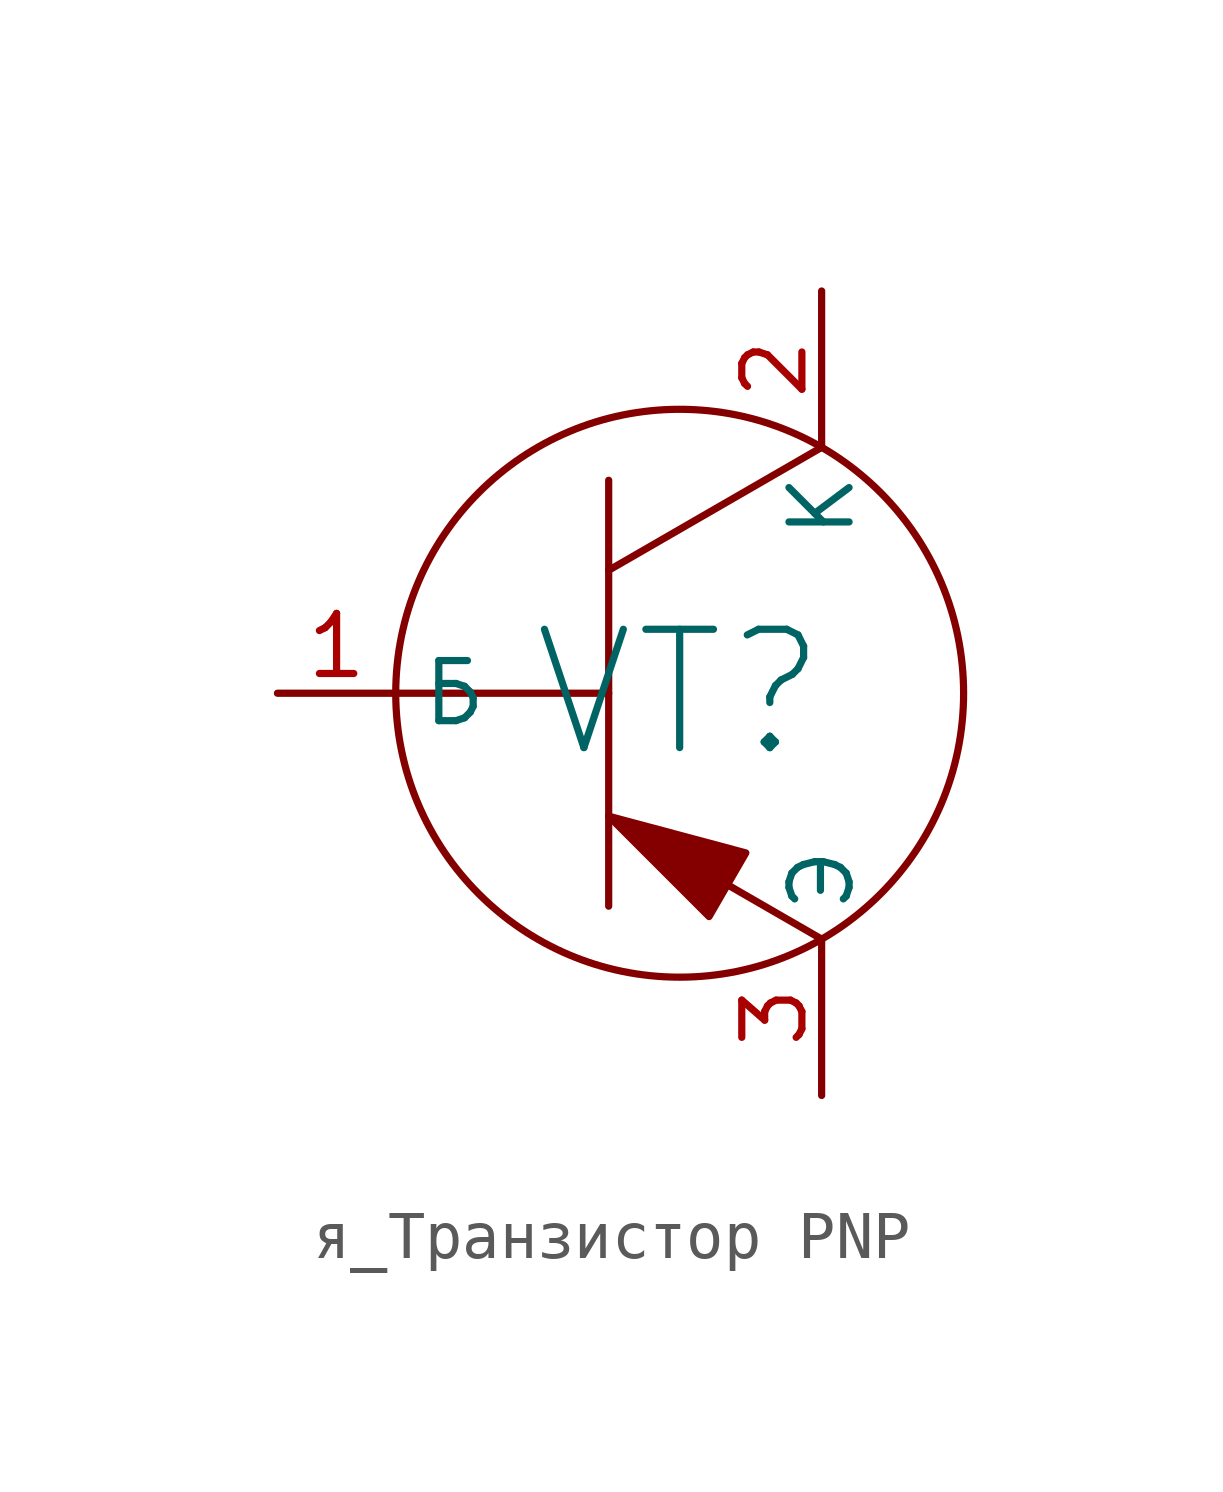
<source format=kicad_sym>
(kicad_symbol_lib
  (version 20220914)
  (generator kicad_symbol_editor)
  (symbol "я_Транзистор PNP"
    (property "Reference" "VT"
      (at 0 0 0)
      (effects (font (size 2.5 2.5))))
    (property "Value" ""
      (at 0 0 0)
      (effects (font (size 1.27 1.27))))
    (symbol "я_Транзистор PNP_0_1"
      (polyline (pts (xy -6 0) (xy -1.5 0)) (stroke (width 0) (type default)) (fill (type none)))
      (polyline (pts (xy -1.5 -2.598) (xy 3 -5.196)) (stroke (width 0) (type default)) (fill (type none)))
      (polyline (pts (xy -1.5 2.598) (xy 3 5.196)) (stroke (width 0) (type default)) (fill (type none)))
      (polyline (pts (xy -1.5 4.5) (xy -1.5 -4.5)) (stroke (width 0) (type default)) (fill (type none)))
      (polyline (pts (xy -1.5 -2.598) (xy 1.398 -3.374) (xy 0.621 -4.719) (xy -1.5 -2.598)) (stroke (width 0) (type default)) (fill (type outline)))
      (circle (center 0 0) (radius 6) (stroke (width 0) (type default)) (fill (type none))))
    (symbol "я_Транзистор PNP_1_1"
      (pin input line (at -8.5 0 0) (length 2.5) (name "Б" (effects (font (size 1.27 1.27)))) (number "1" (effects (font (size 1.27 1.27)))))
      (pin input line (at 3 8.5 270) (length 3.304) (name "K" (effects (font (size 1.27 1.27)))) (number "2" (effects (font (size 1.27 1.27)))))
      (pin input line (at 3 -8.5 90) (length 3.304) (name "Э" (effects (font (size 1.27 1.27)))) (number "3" (effects (font (size 1.27 1.27))))))))
</source>
